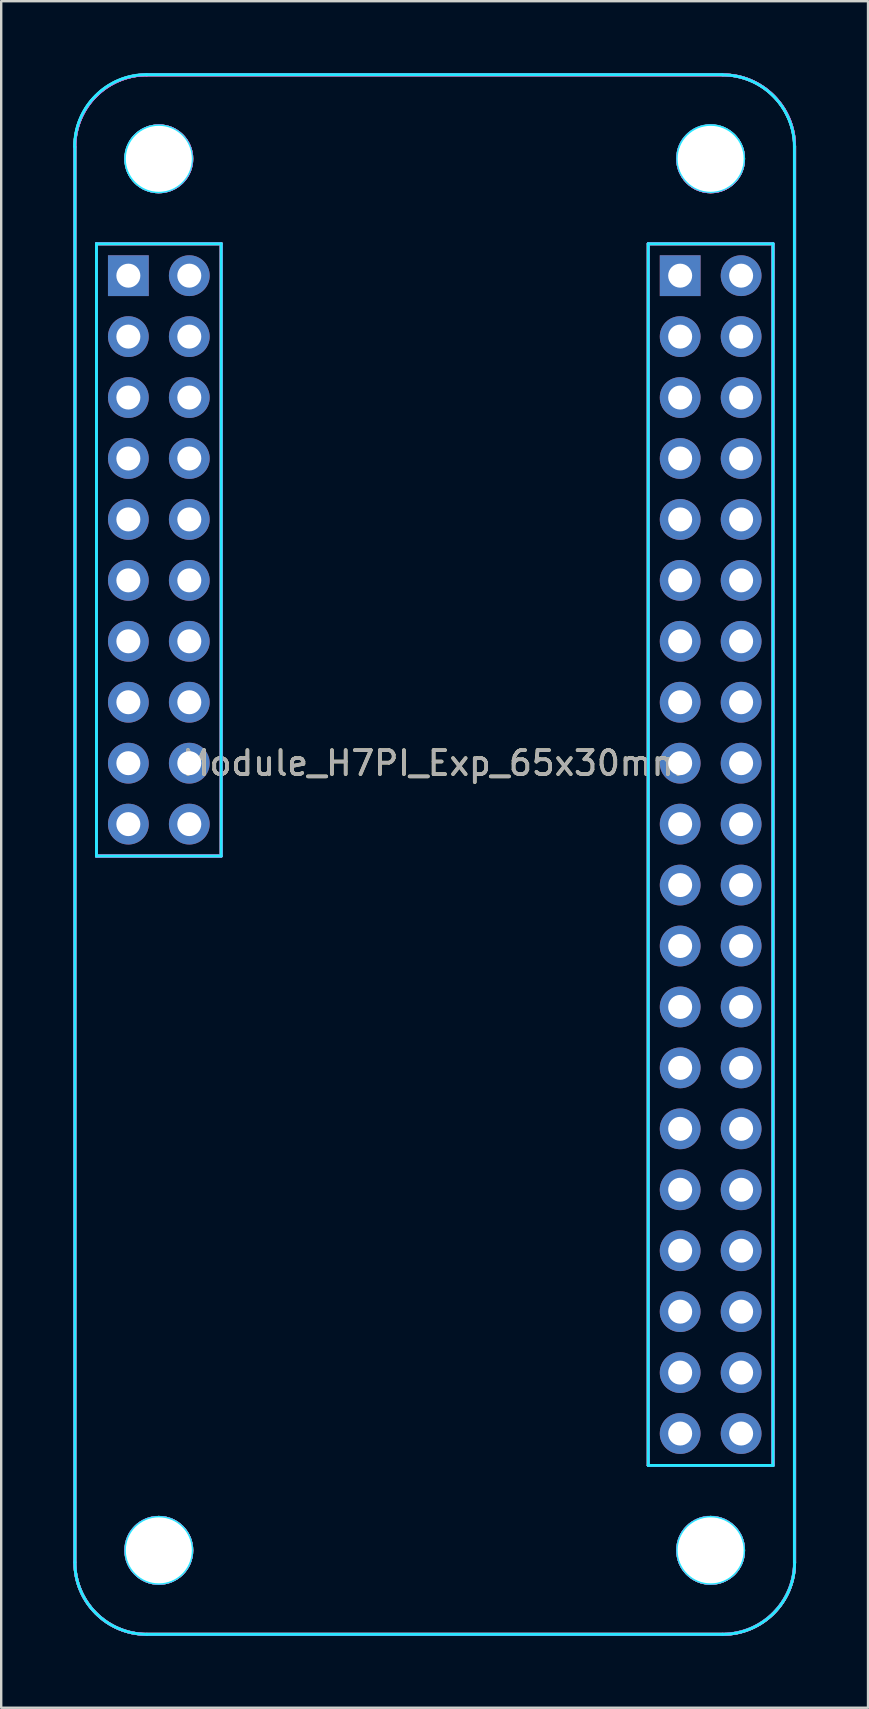
<source format=kicad_pcb>
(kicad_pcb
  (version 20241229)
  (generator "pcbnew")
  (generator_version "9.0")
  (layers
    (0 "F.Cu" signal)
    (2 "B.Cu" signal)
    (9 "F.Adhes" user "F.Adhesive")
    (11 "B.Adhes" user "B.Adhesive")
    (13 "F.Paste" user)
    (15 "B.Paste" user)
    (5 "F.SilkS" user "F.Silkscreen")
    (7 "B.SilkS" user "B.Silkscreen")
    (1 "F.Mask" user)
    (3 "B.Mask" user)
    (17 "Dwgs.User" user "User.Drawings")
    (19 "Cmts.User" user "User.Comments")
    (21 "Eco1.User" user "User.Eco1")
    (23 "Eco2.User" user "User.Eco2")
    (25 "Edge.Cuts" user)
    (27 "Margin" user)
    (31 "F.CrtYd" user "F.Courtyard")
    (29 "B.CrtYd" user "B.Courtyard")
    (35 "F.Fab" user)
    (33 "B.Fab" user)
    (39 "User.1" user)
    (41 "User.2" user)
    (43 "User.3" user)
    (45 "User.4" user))
  (footprint "Module_H7PI_Exp_65x30mm"
    (layer "F.Cu")
    (at 15.07 32.57)
    (property "Reference" "Module_H7PI_Exp_65x30mm" (at -0.07 -3.81 0) (layer "F.SilkS") (effects (font (size 1 1) (thickness 0.15))))
    (attr through_hole)
    (fp_line (start -15 -29.5) (end -15 29.5) (stroke (width 0.12) (type solid)) (layer "F.SilkS"))
    (fp_line (start -14.1 -25.46) (end -14.1 0.06) (stroke (width 0.12) (type solid)) (layer "F.SilkS"))
    (fp_line (start -14.1 -25.46) (end -8.9 -25.46) (stroke (width 0.12) (type solid)) (layer "F.SilkS"))
    (fp_line (start -14.1 0.06) (end -8.9 0.06) (stroke (width 0.12) (type solid)) (layer "F.SilkS"))
    (fp_line (start -12 32.5) (end 12 32.5) (stroke (width 0.12) (type solid)) (layer "F.SilkS"))
    (fp_line (start -8.9 -25.46) (end -8.9 0.06) (stroke (width 0.12) (type solid)) (layer "F.SilkS"))
    (fp_line (start 8.9 -25.46) (end 8.9 25.46) (stroke (width 0.12) (type solid)) (layer "F.SilkS"))
    (fp_line (start 8.9 -25.46) (end 14.1 -25.46) (stroke (width 0.12) (type solid)) (layer "F.SilkS"))
    (fp_line (start 8.9 25.46) (end 14.1 25.46) (stroke (width 0.12) (type solid)) (layer "F.SilkS"))
    (fp_line (start 12 -32.5) (end -12 -32.5) (stroke (width 0.12) (type solid)) (layer "F.SilkS"))
    (fp_line (start 14.1 -25.46) (end 14.1 25.46) (stroke (width 0.12) (type solid)) (layer "F.SilkS"))
    (fp_line (start 15 -29.5) (end 15 29.5) (stroke (width 0.12) (type solid)) (layer "F.SilkS"))
    (fp_arc (start -15 -29.5) (mid -14.12132 -31.62132) (end -12 -32.5) (stroke (width 0.12) (type solid)) (layer "F.SilkS"))
    (fp_arc (start -12 32.5) (mid -14.12132 31.62132) (end -15 29.5) (stroke (width 0.12) (type solid)) (layer "F.SilkS"))
    (fp_arc (start 12 -32.5) (mid 14.12132 -31.62132) (end 15 -29.5) (stroke (width 0.12) (type solid)) (layer "F.SilkS"))
    (fp_arc (start 15 29.5) (mid 14.12132 31.62132) (end 12 32.5) (stroke (width 0.12) (type solid)) (layer "F.SilkS"))
    (fp_circle (center -11.5 -29) (end -10.125 -29) (stroke (width 0.12) (type solid)) (fill no) (layer "F.SilkS"))
    (fp_circle (center -11.5 29) (end -10.125 29) (stroke (width 0.12) (type solid)) (fill no) (layer "F.SilkS"))
    (fp_circle (center 11.5 -29) (end 12.875 -29) (stroke (width 0.12) (type solid)) (fill no) (layer "F.SilkS"))
    (fp_circle (center 11.5 29) (end 12.875 29) (stroke (width 0.12) (type solid)) (fill no) (layer "F.SilkS"))
    (fp_line (start -15 -29.5) (end -15 29.5) (stroke (width 0.12) (type solid)) (layer "B.SilkS"))
    (fp_line (start -14.1 -25.46) (end -8.9 -25.46) (stroke (width 0.12) (type solid)) (layer "B.SilkS"))
    (fp_line (start -14.1 0.06) (end -14.1 -25.46) (stroke (width 0.12) (type solid)) (layer "B.SilkS"))
    (fp_line (start -12 32.5) (end 12 32.5) (stroke (width 0.12) (type solid)) (layer "B.SilkS"))
    (fp_line (start -8.9 -25.46) (end -8.9 0.06) (stroke (width 0.12) (type solid)) (layer "B.SilkS"))
    (fp_line (start -8.9 0.06) (end -14.1 0.06) (stroke (width 0.12) (type solid)) (layer "B.SilkS"))
    (fp_line (start 8.9 -25.46) (end 8.9 25.46) (stroke (width 0.12) (type solid)) (layer "B.SilkS"))
    (fp_line (start 8.9 25.46) (end 14.1 25.46) (stroke (width 0.12) (type solid)) (layer "B.SilkS"))
    (fp_line (start 12 -32.5) (end -12 -32.5) (stroke (width 0.12) (type solid)) (layer "B.SilkS"))
    (fp_line (start 14.1 -25.46) (end 8.9 -25.46) (stroke (width 0.12) (type solid)) (layer "B.SilkS"))
    (fp_line (start 14.1 25.46) (end 14.1 -25.46) (stroke (width 0.12) (type solid)) (layer "B.SilkS"))
    (fp_line (start 15 -29.5) (end 15 29.5) (stroke (width 0.12) (type solid)) (layer "B.SilkS"))
    (fp_arc (start -15 -29.5) (mid -14.12132 -31.62132) (end -12 -32.5) (stroke (width 0.12) (type solid)) (layer "B.SilkS"))
    (fp_arc (start -12 32.5) (mid -14.12132 31.62132) (end -15 29.5) (stroke (width 0.12) (type solid)) (layer "B.SilkS"))
    (fp_arc (start 12 -32.5) (mid 14.12132 -31.62132) (end 15 -29.5) (stroke (width 0.12) (type solid)) (layer "B.SilkS"))
    (fp_arc (start 15 29.5) (mid 14.12132 31.62132) (end 12 32.5) (stroke (width 0.12) (type solid)) (layer "B.SilkS"))
    (fp_circle (center -11.5 -29) (end -10.125 -29) (stroke (width 0.12) (type solid)) (fill no) (layer "B.SilkS"))
    (fp_circle (center -11.5 29) (end -10.125 29) (stroke (width 0.12) (type solid)) (fill no) (layer "B.SilkS"))
    (fp_circle (center 11.5 -29) (end 12.875 -29) (stroke (width 0.12) (type solid)) (fill no) (layer "B.SilkS"))
    (fp_circle (center 11.5 29) (end 12.875 29) (stroke (width 0.12) (type solid)) (fill no) (layer "B.SilkS"))
    (fp_line (start -15 -29.5) (end -15 29.5) (stroke (width 0.12) (type solid)) (layer "B.CrtYd"))
    (fp_line (start -14.1 -25.46) (end -14.1 0.06) (stroke (width 0.12) (type solid)) (layer "B.CrtYd"))
    (fp_line (start -14.1 0.06) (end -8.9 0.06) (stroke (width 0.12) (type solid)) (layer "B.CrtYd"))
    (fp_line (start -12 32.5) (end 12 32.5) (stroke (width 0.12) (type solid)) (layer "B.CrtYd"))
    (fp_line (start -8.9 -25.46) (end -14.1 -25.46) (stroke (width 0.12) (type solid)) (layer "B.CrtYd"))
    (fp_line (start -8.9 0.06) (end -8.9 -25.46) (stroke (width 0.12) (type solid)) (layer "B.CrtYd"))
    (fp_line (start 8.9 -25.46) (end 8.9 25.46) (stroke (width 0.12) (type solid)) (layer "B.CrtYd"))
    (fp_line (start 8.9 25.46) (end 14.1 25.46) (stroke (width 0.12) (type solid)) (layer "B.CrtYd"))
    (fp_line (start 11.99 -32.51) (end -12.01 -32.51) (stroke (width 0.12) (type solid)) (layer "B.CrtYd"))
    (fp_line (start 14.1 -25.46) (end 8.9 -25.46) (stroke (width 0.12) (type solid)) (layer "B.CrtYd"))
    (fp_line (start 14.1 25.46) (end 14.1 -25.46) (stroke (width 0.12) (type solid)) (layer "B.CrtYd"))
    (fp_line (start 14.99 -29.5) (end 14.99 29.5) (stroke (width 0.12) (type solid)) (layer "B.CrtYd"))
    (fp_arc (start -15.01 -29.51) (mid -14.13132 -31.63132) (end -12.01 -32.51) (stroke (width 0.12) (type solid)) (layer "B.CrtYd"))
    (fp_arc (start -12 32.5) (mid -14.12132 31.62132) (end -15 29.5) (stroke (width 0.12) (type solid)) (layer "B.CrtYd"))
    (fp_arc (start 11.99 -32.5) (mid 14.11132 -31.62132) (end 14.99 -29.5) (stroke (width 0.12) (type solid)) (layer "B.CrtYd"))
    (fp_arc (start 15 29.5) (mid 14.12132 31.62132) (end 12 32.5) (stroke (width 0.12) (type solid)) (layer "B.CrtYd"))
    (fp_circle (center -11.51 -29) (end -10.135 -29) (stroke (width 0.12) (type solid)) (fill no) (layer "B.CrtYd"))
    (fp_circle (center -11.5 29) (end -10.125 29) (stroke (width 0.12) (type solid)) (fill no) (layer "B.CrtYd"))
    (fp_circle (center 11.5 -29.01) (end 12.875 -29.01) (stroke (width 0.12) (type solid)) (fill no) (layer "B.CrtYd"))
    (fp_circle (center 11.5 29) (end 12.875 29) (stroke (width 0.12) (type solid)) (fill no) (layer "B.CrtYd"))
    (fp_line (start -15 -29.5) (end -15 29.5) (stroke (width 0.12) (type solid)) (layer "F.CrtYd"))
    (fp_line (start -14.1 -25.46) (end -14.1 0.06) (stroke (width 0.12) (type solid)) (layer "F.CrtYd"))
    (fp_line (start -14.1 -25.46) (end -8.9 -25.46) (stroke (width 0.12) (type solid)) (layer "F.CrtYd"))
    (fp_line (start -14.1 0.06) (end -8.9 0.06) (stroke (width 0.12) (type solid)) (layer "F.CrtYd"))
    (fp_line (start -12 32.5) (end 12 32.5) (stroke (width 0.12) (type solid)) (layer "F.CrtYd"))
    (fp_line (start -8.9 -25.46) (end -8.9 0.06) (stroke (width 0.12) (type solid)) (layer "F.CrtYd"))
    (fp_line (start 8.9 -25.46) (end 14.1 -25.46) (stroke (width 0.12) (type solid)) (layer "F.CrtYd"))
    (fp_line (start 8.9 25.46) (end 8.9 -25.46) (stroke (width 0.12) (type solid)) (layer "F.CrtYd"))
    (fp_line (start 12 -32.5) (end -12 -32.5) (stroke (width 0.12) (type solid)) (layer "F.CrtYd"))
    (fp_line (start 14.1 -25.46) (end 14.1 25.46) (stroke (width 0.12) (type solid)) (layer "F.CrtYd"))
    (fp_line (start 14.1 25.46) (end 8.9 25.46) (stroke (width 0.12) (type solid)) (layer "F.CrtYd"))
    (fp_line (start 15 -29.5) (end 15 29.5) (stroke (width 0.12) (type solid)) (layer "F.CrtYd"))
    (fp_arc (start -15 -29.5) (mid -14.12132 -31.62132) (end -12 -32.5) (stroke (width 0.12) (type solid)) (layer "F.CrtYd"))
    (fp_arc (start -12 32.5) (mid -14.12132 31.62132) (end -15 29.5) (stroke (width 0.12) (type solid)) (layer "F.CrtYd"))
    (fp_arc (start 12 -32.5) (mid 14.12132 -31.62132) (end 15 -29.5) (stroke (width 0.12) (type solid)) (layer "F.CrtYd"))
    (fp_arc (start 15 29.5) (mid 14.12132 31.62132) (end 12 32.5) (stroke (width 0.12) (type solid)) (layer "F.CrtYd"))
    (fp_circle (center -11.5 -29) (end -10.125 -29) (stroke (width 0.12) (type solid)) (fill no) (layer "F.CrtYd"))
    (fp_circle (center -11.5 29) (end -10.125 29) (stroke (width 0.12) (type solid)) (fill no) (layer "F.CrtYd"))
    (fp_circle (center 11.5 -29) (end 12.875 -29) (stroke (width 0.12) (type solid)) (fill no) (layer "F.CrtYd"))
    (fp_circle (center 11.5 29) (end 12.875 29) (stroke (width 0.12) (type solid)) (fill no) (layer "F.CrtYd"))
    (fp_line (start -15 -29.5) (end -15 29.5) (stroke (width 0.12) (type solid)) (layer "B.Fab"))
    (fp_line (start -14.1 -25.46) (end -14.1 0.06) (stroke (width 0.12) (type solid)) (layer "B.Fab"))
    (fp_line (start -14.1 0.06) (end -8.9 0.06) (stroke (width 0.12) (type solid)) (layer "B.Fab"))
    (fp_line (start -12 32.5) (end 12 32.5) (stroke (width 0.12) (type solid)) (layer "B.Fab"))
    (fp_line (start -8.9 -25.46) (end -14.1 -25.46) (stroke (width 0.12) (type solid)) (layer "B.Fab"))
    (fp_line (start -8.9 0.06) (end -8.9 -25.46) (stroke (width 0.12) (type solid)) (layer "B.Fab"))
    (fp_line (start 8.9 -25.46) (end 8.9 25.46) (stroke (width 0.12) (type solid)) (layer "B.Fab"))
    (fp_line (start 8.9 25.46) (end 14.1 25.46) (stroke (width 0.12) (type solid)) (layer "B.Fab"))
    (fp_line (start 12 -32.5) (end -12 -32.5) (stroke (width 0.12) (type solid)) (layer "B.Fab"))
    (fp_line (start 14.1 -25.46) (end 8.9 -25.46) (stroke (width 0.12) (type solid)) (layer "B.Fab"))
    (fp_line (start 14.1 25.46) (end 14.1 -25.46) (stroke (width 0.12) (type solid)) (layer "B.Fab"))
    (fp_line (start 15 -29.5) (end 15 29.5) (stroke (width 0.12) (type solid)) (layer "B.Fab"))
    (fp_arc (start -15 -29.51) (mid -14.12132 -31.63132) (end -12 -32.51) (stroke (width 0.12) (type solid)) (layer "B.Fab"))
    (fp_arc (start -12 32.5) (mid -14.12132 31.62132) (end -15 29.5) (stroke (width 0.12) (type solid)) (layer "B.Fab"))
    (fp_arc (start 12 -32.5) (mid 14.12132 -31.62132) (end 15 -29.5) (stroke (width 0.12) (type solid)) (layer "B.Fab"))
    (fp_arc (start 14.99 29.49) (mid 14.11132 31.61132) (end 11.99 32.49) (stroke (width 0.12) (type solid)) (layer "B.Fab"))
    (fp_circle (center -11.51 28.995) (end -10.135 28.995) (stroke (width 0.12) (type solid)) (fill no) (layer "B.Fab"))
    (fp_circle (center -11.5 -29) (end -10.125 -29) (stroke (width 0.12) (type solid)) (fill no) (layer "B.Fab"))
    (fp_circle (center 11.49 -29.01) (end 12.865 -29.01) (stroke (width 0.12) (type solid)) (fill no) (layer "B.Fab"))
    (fp_circle (center 11.495 28.99) (end 12.87 28.99) (stroke (width 0.12) (type solid)) (fill no) (layer "B.Fab"))
    (fp_line (start -15 -29.5) (end -15 29.5) (stroke (width 0.12) (type solid)) (layer "F.Fab"))
    (fp_line (start -14.1 -25.46) (end -14.1 0.06) (stroke (width 0.12) (type solid)) (layer "F.Fab"))
    (fp_line (start -14.1 -25.46) (end -8.9 -25.46) (stroke (width 0.12) (type solid)) (layer "F.Fab"))
    (fp_line (start -14.1 0.06) (end -8.9 0.06) (stroke (width 0.12) (type solid)) (layer "F.Fab"))
    (fp_line (start -12 32.5) (end 12 32.5) (stroke (width 0.12) (type solid)) (layer "F.Fab"))
    (fp_line (start -8.9 -25.46) (end -8.9 0.06) (stroke (width 0.12) (type solid)) (layer "F.Fab"))
    (fp_line (start 8.9 -25.46) (end 14.1 -25.46) (stroke (width 0.12) (type solid)) (layer "F.Fab"))
    (fp_line (start 8.9 25.46) (end 8.9 -25.45) (stroke (width 0.12) (type solid)) (layer "F.Fab"))
    (fp_line (start 12 -32.5) (end -12 -32.5) (stroke (width 0.12) (type solid)) (layer "F.Fab"))
    (fp_line (start 14.1 -25.46) (end 14.1 25.46) (stroke (width 0.12) (type solid)) (layer "F.Fab"))
    (fp_line (start 14.1 25.46) (end 8.9 25.46) (stroke (width 0.12) (type solid)) (layer "F.Fab"))
    (fp_line (start 15 -29.5) (end 15 29.5) (stroke (width 0.12) (type solid)) (layer "F.Fab"))
    (fp_arc (start -15 -29.5) (mid -14.12132 -31.62132) (end -12 -32.5) (stroke (width 0.12) (type solid)) (layer "F.Fab"))
    (fp_arc (start -12 32.5) (mid -14.12132 31.62132) (end -15 29.5) (stroke (width 0.12) (type solid)) (layer "F.Fab"))
    (fp_arc (start 12 -32.5) (mid 14.12132 -31.62132) (end 15 -29.5) (stroke (width 0.12) (type solid)) (layer "F.Fab"))
    (fp_arc (start 15 29.5) (mid 14.12132 31.62132) (end 12 32.5) (stroke (width 0.12) (type solid)) (layer "F.Fab"))
    (fp_circle (center -11.5 -29) (end -10.125 -29) (stroke (width 0.12) (type solid)) (fill no) (layer "F.Fab"))
    (fp_circle (center -11.5 29) (end -10.125 29) (stroke (width 0.12) (type solid)) (fill no) (layer "F.Fab"))
    (fp_circle (center 11.5 -29) (end 12.875 -29) (stroke (width 0.12) (type solid)) (fill no) (layer "F.Fab"))
    (fp_circle (center 11.5 29) (end 12.875 29) (stroke (width 0.12) (type solid)) (fill no) (layer "F.Fab"))
    (fp_text user "${REFERENCE}" (at -0.07 -3.81 0) (layer "F.Fab") (effects (font (size 1 1) (thickness 0.15))))
    (pad "" np_thru_hole circle (at -11.5 -29) (size 2.75 2.75) (drill 2.75) (layers "*.Cu" "*.Mask"))
    (pad "" np_thru_hole circle (at -11.5 29) (size 2.75 2.75) (drill 2.75) (layers "*.Cu" "*.Mask"))
    (pad "" np_thru_hole circle (at 11.5 -29) (size 2.75 2.75) (drill 2.75) (layers "*.Cu" "*.Mask"))
    (pad "" np_thru_hole circle (at 11.5 29) (size 2.75 2.75) (drill 2.75) (layers "*.Cu" "*.Mask"))
    (pad "1" thru_hole rect (at -12.77 -24.13) (size 1.7 1.7) (drill 1) (layers "*.Cu" "*.Mask"))
    (pad "2" thru_hole circle (at -10.23 -24.13) (size 1.7 1.7) (drill 1) (layers "*.Cu" "*.Mask"))
    (pad "3" thru_hole circle (at -12.77 -21.59) (size 1.7 1.7) (drill 1) (layers "*.Cu" "*.Mask"))
    (pad "4" thru_hole circle (at -10.23 -21.59) (size 1.7 1.7) (drill 1) (layers "*.Cu" "*.Mask"))
    (pad "5" thru_hole circle (at -12.77 -19.05) (size 1.7 1.7) (drill 1) (layers "*.Cu" "*.Mask"))
    (pad "6" thru_hole circle (at -10.23 -19.05) (size 1.7 1.7) (drill 1) (layers "*.Cu" "*.Mask"))
    (pad "7" thru_hole circle (at -12.77 -16.51) (size 1.7 1.7) (drill 1) (layers "*.Cu" "*.Mask"))
    (pad "8" thru_hole circle (at -10.23 -16.51) (size 1.7 1.7) (drill 1) (layers "*.Cu" "*.Mask"))
    (pad "9" thru_hole circle (at -12.77 -13.97) (size 1.7 1.7) (drill 1) (layers "*.Cu" "*.Mask"))
    (pad "10" thru_hole circle (at -10.23 -13.97) (size 1.7 1.7) (drill 1) (layers "*.Cu" "*.Mask"))
    (pad "11" thru_hole circle (at -12.77 -11.43) (size 1.7 1.7) (drill 1) (layers "*.Cu" "*.Mask"))
    (pad "12" thru_hole circle (at -10.23 -11.43) (size 1.7 1.7) (drill 1) (layers "*.Cu" "*.Mask"))
    (pad "13" thru_hole circle (at -12.77 -8.89) (size 1.7 1.7) (drill 1) (layers "*.Cu" "*.Mask"))
    (pad "14" thru_hole circle (at -10.23 -8.89) (size 1.7 1.7) (drill 1) (layers "*.Cu" "*.Mask"))
    (pad "15" thru_hole circle (at -12.77 -6.35) (size 1.7 1.7) (drill 1) (layers "*.Cu" "*.Mask"))
    (pad "16" thru_hole circle (at -10.23 -6.35) (size 1.7 1.7) (drill 1) (layers "*.Cu" "*.Mask"))
    (pad "17" thru_hole circle (at -12.77 -3.81) (size 1.7 1.7) (drill 1) (layers "*.Cu" "*.Mask"))
    (pad "18" thru_hole circle (at -10.23 -3.81) (size 1.7 1.7) (drill 1) (layers "*.Cu" "*.Mask"))
    (pad "19" thru_hole circle (at -12.77 -1.27) (size 1.7 1.7) (drill 1) (layers "*.Cu" "*.Mask"))
    (pad "20" thru_hole circle (at -10.23 -1.27) (size 1.7 1.7) (drill 1) (layers "*.Cu" "*.Mask"))
    (pad "21" thru_hole rect (at 10.23 -24.13) (size 1.7 1.7) (drill 1) (layers "*.Cu" "*.Mask"))
    (pad "22" thru_hole circle (at 12.77 -24.13) (size 1.7 1.7) (drill 1) (layers "*.Cu" "*.Mask"))
    (pad "23" thru_hole circle (at 10.23 -21.59) (size 1.7 1.7) (drill 1) (layers "*.Cu" "*.Mask"))
    (pad "24" thru_hole circle (at 12.77 -21.59) (size 1.7 1.7) (drill 1) (layers "*.Cu" "*.Mask"))
    (pad "25" thru_hole circle (at 10.23 -19.05) (size 1.7 1.7) (drill 1) (layers "*.Cu" "*.Mask"))
    (pad "26" thru_hole circle (at 12.77 -19.05) (size 1.7 1.7) (drill 1) (layers "*.Cu" "*.Mask"))
    (pad "27" thru_hole circle (at 10.23 -16.51) (size 1.7 1.7) (drill 1) (layers "*.Cu" "*.Mask"))
    (pad "28" thru_hole circle (at 12.77 -16.51) (size 1.7 1.7) (drill 1) (layers "*.Cu" "*.Mask"))
    (pad "29" thru_hole circle (at 10.23 -13.97) (size 1.7 1.7) (drill 1) (layers "*.Cu" "*.Mask"))
    (pad "30" thru_hole circle (at 12.77 -13.97) (size 1.7 1.7) (drill 1) (layers "*.Cu" "*.Mask"))
    (pad "31" thru_hole circle (at 10.23 -11.43) (size 1.7 1.7) (drill 1) (layers "*.Cu" "*.Mask"))
    (pad "32" thru_hole circle (at 12.77 -11.43) (size 1.7 1.7) (drill 1) (layers "*.Cu" "*.Mask"))
    (pad "33" thru_hole circle (at 10.23 -8.89) (size 1.7 1.7) (drill 1) (layers "*.Cu" "*.Mask"))
    (pad "34" thru_hole circle (at 12.77 -8.89) (size 1.7 1.7) (drill 1) (layers "*.Cu" "*.Mask"))
    (pad "35" thru_hole circle (at 10.23 -6.35) (size 1.7 1.7) (drill 1) (layers "*.Cu" "*.Mask"))
    (pad "36" thru_hole circle (at 12.77 -6.35) (size 1.7 1.7) (drill 1) (layers "*.Cu" "*.Mask"))
    (pad "37" thru_hole circle (at 10.23 -3.81) (size 1.7 1.7) (drill 1) (layers "*.Cu" "*.Mask"))
    (pad "38" thru_hole circle (at 12.77 -3.81) (size 1.7 1.7) (drill 1) (layers "*.Cu" "*.Mask"))
    (pad "39" thru_hole circle (at 10.23 -1.27) (size 1.7 1.7) (drill 1) (layers "*.Cu" "*.Mask"))
    (pad "40" thru_hole circle (at 12.77 -1.27) (size 1.7 1.7) (drill 1) (layers "*.Cu" "*.Mask"))
    (pad "41" thru_hole circle (at 12.77 1.27) (size 1.7 1.7) (drill 1) (layers "*.Cu" "*.Mask"))
    (pad "42" thru_hole circle (at 10.23 1.27) (size 1.7 1.7) (drill 1) (layers "*.Cu" "*.Mask"))
    (pad "43" thru_hole circle (at 10.23 3.81) (size 1.7 1.7) (drill 1) (layers "*.Cu" "*.Mask"))
    (pad "44" thru_hole circle (at 12.77 3.81) (size 1.7 1.7) (drill 1) (layers "*.Cu" "*.Mask"))
    (pad "45" thru_hole circle (at 10.23 6.35) (size 1.7 1.7) (drill 1) (layers "*.Cu" "*.Mask"))
    (pad "46" thru_hole circle (at 12.77 6.35) (size 1.7 1.7) (drill 1) (layers "*.Cu" "*.Mask"))
    (pad "47" thru_hole circle (at 10.23 8.89) (size 1.7 1.7) (drill 1) (layers "*.Cu" "*.Mask"))
    (pad "48" thru_hole circle (at 12.77 8.89) (size 1.7 1.7) (drill 1) (layers "*.Cu" "*.Mask"))
    (pad "49" thru_hole circle (at 10.23 11.43) (size 1.7 1.7) (drill 1) (layers "*.Cu" "*.Mask"))
    (pad "50" thru_hole circle (at 12.77 11.43) (size 1.7 1.7) (drill 1) (layers "*.Cu" "*.Mask"))
    (pad "51" thru_hole circle (at 10.23 13.97) (size 1.7 1.7) (drill 1) (layers "*.Cu" "*.Mask"))
    (pad "52" thru_hole circle (at 12.77 13.97) (size 1.7 1.7) (drill 1) (layers "*.Cu" "*.Mask"))
    (pad "53" thru_hole circle (at 10.23 16.51) (size 1.7 1.7) (drill 1) (layers "*.Cu" "*.Mask"))
    (pad "54" thru_hole circle (at 12.77 16.51) (size 1.7 1.7) (drill 1) (layers "*.Cu" "*.Mask"))
    (pad "55" thru_hole circle (at 10.23 19.05) (size 1.7 1.7) (drill 1) (layers "*.Cu" "*.Mask"))
    (pad "56" thru_hole circle (at 12.77 19.05) (size 1.7 1.7) (drill 1) (layers "*.Cu" "*.Mask"))
    (pad "57" thru_hole circle (at 10.23 21.59) (size 1.7 1.7) (drill 1) (layers "*.Cu" "*.Mask"))
    (pad "58" thru_hole circle (at 12.77 21.59) (size 1.7 1.7) (drill 1) (layers "*.Cu" "*.Mask"))
    (pad "59" thru_hole circle (at 10.23 24.13) (size 1.7 1.7) (drill 1) (layers "*.Cu" "*.Mask"))
    (pad "60" thru_hole circle (at 12.77 24.13) (size 1.7 1.7) (drill 1) (layers "*.Cu" "*.Mask")))
  (gr_rect
    (start -3 -3)
    (end 33.13 68.13)
    (stroke (width 0.1) (type default))
    (fill no)
    (layer "Edge.Cuts")))
</source>
